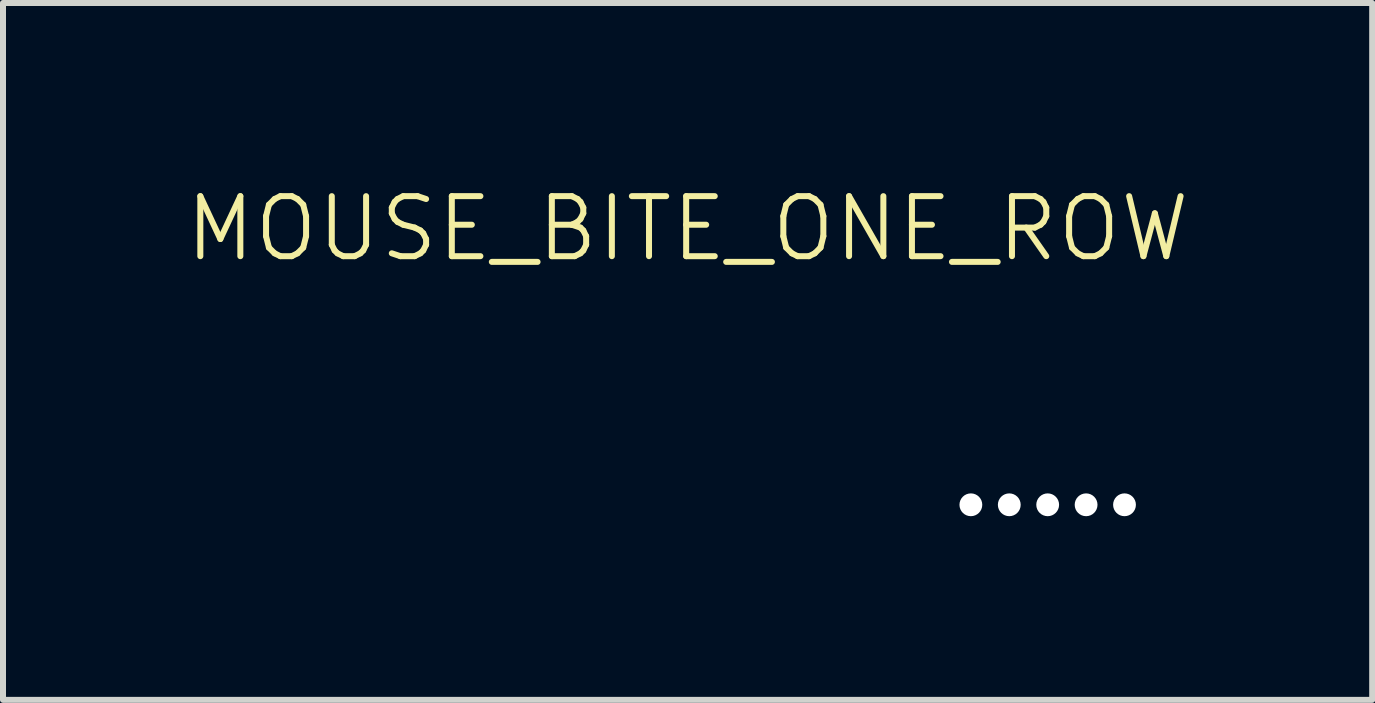
<source format=kicad_pcb>
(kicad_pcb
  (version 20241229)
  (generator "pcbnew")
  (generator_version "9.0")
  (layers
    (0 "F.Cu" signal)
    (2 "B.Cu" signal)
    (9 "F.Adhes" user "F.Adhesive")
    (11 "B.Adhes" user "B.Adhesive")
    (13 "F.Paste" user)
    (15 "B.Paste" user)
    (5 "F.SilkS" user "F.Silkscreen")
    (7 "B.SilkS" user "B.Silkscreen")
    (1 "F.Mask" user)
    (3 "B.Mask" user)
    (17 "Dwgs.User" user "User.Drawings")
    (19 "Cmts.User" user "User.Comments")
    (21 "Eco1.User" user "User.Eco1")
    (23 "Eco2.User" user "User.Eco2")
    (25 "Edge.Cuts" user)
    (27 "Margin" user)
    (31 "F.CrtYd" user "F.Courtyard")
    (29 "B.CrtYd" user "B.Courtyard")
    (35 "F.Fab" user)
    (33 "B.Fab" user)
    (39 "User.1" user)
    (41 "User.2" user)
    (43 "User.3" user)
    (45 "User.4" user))
  (footprint "MOUSE_BITE_ONE_ROW"
    (layer "F.Cu")
    (at 14.407 5.361)
    (property "Reference" "MOUSE_BITE_ONE_ROW" (at -6 -4.6 0) (unlocked yes) (layer "F.SilkS") (effects (font (size 1 1) (thickness 0.1))))
    (attr smd)
    (pad "" np_thru_hole circle (at -1.28 0) (size 0.38 0.38) (drill 0.38) (layers "*.Cu" "*.Mask"))
    (pad "" np_thru_hole circle (at -0.64 0) (size 0.38 0.38) (drill 0.38) (layers "*.Cu" "*.Mask"))
    (pad "" np_thru_hole circle (at 0 0) (size 0.38 0.38) (drill 0.38) (layers "*.Cu" "*.Mask"))
    (pad "" np_thru_hole circle (at 0.64 0) (size 0.38 0.38) (drill 0.38) (layers "*.Cu" "*.Mask"))
    (pad "" np_thru_hole circle (at 1.28 0) (size 0.38 0.38) (drill 0.38) (layers "*.Cu" "*.Mask")))
  (gr_rect
    (start -3 -3)
    (end 19.814 8.611)
    (stroke (width 0.1) (type default))
    (fill no)
    (layer "Edge.Cuts")))
</source>
